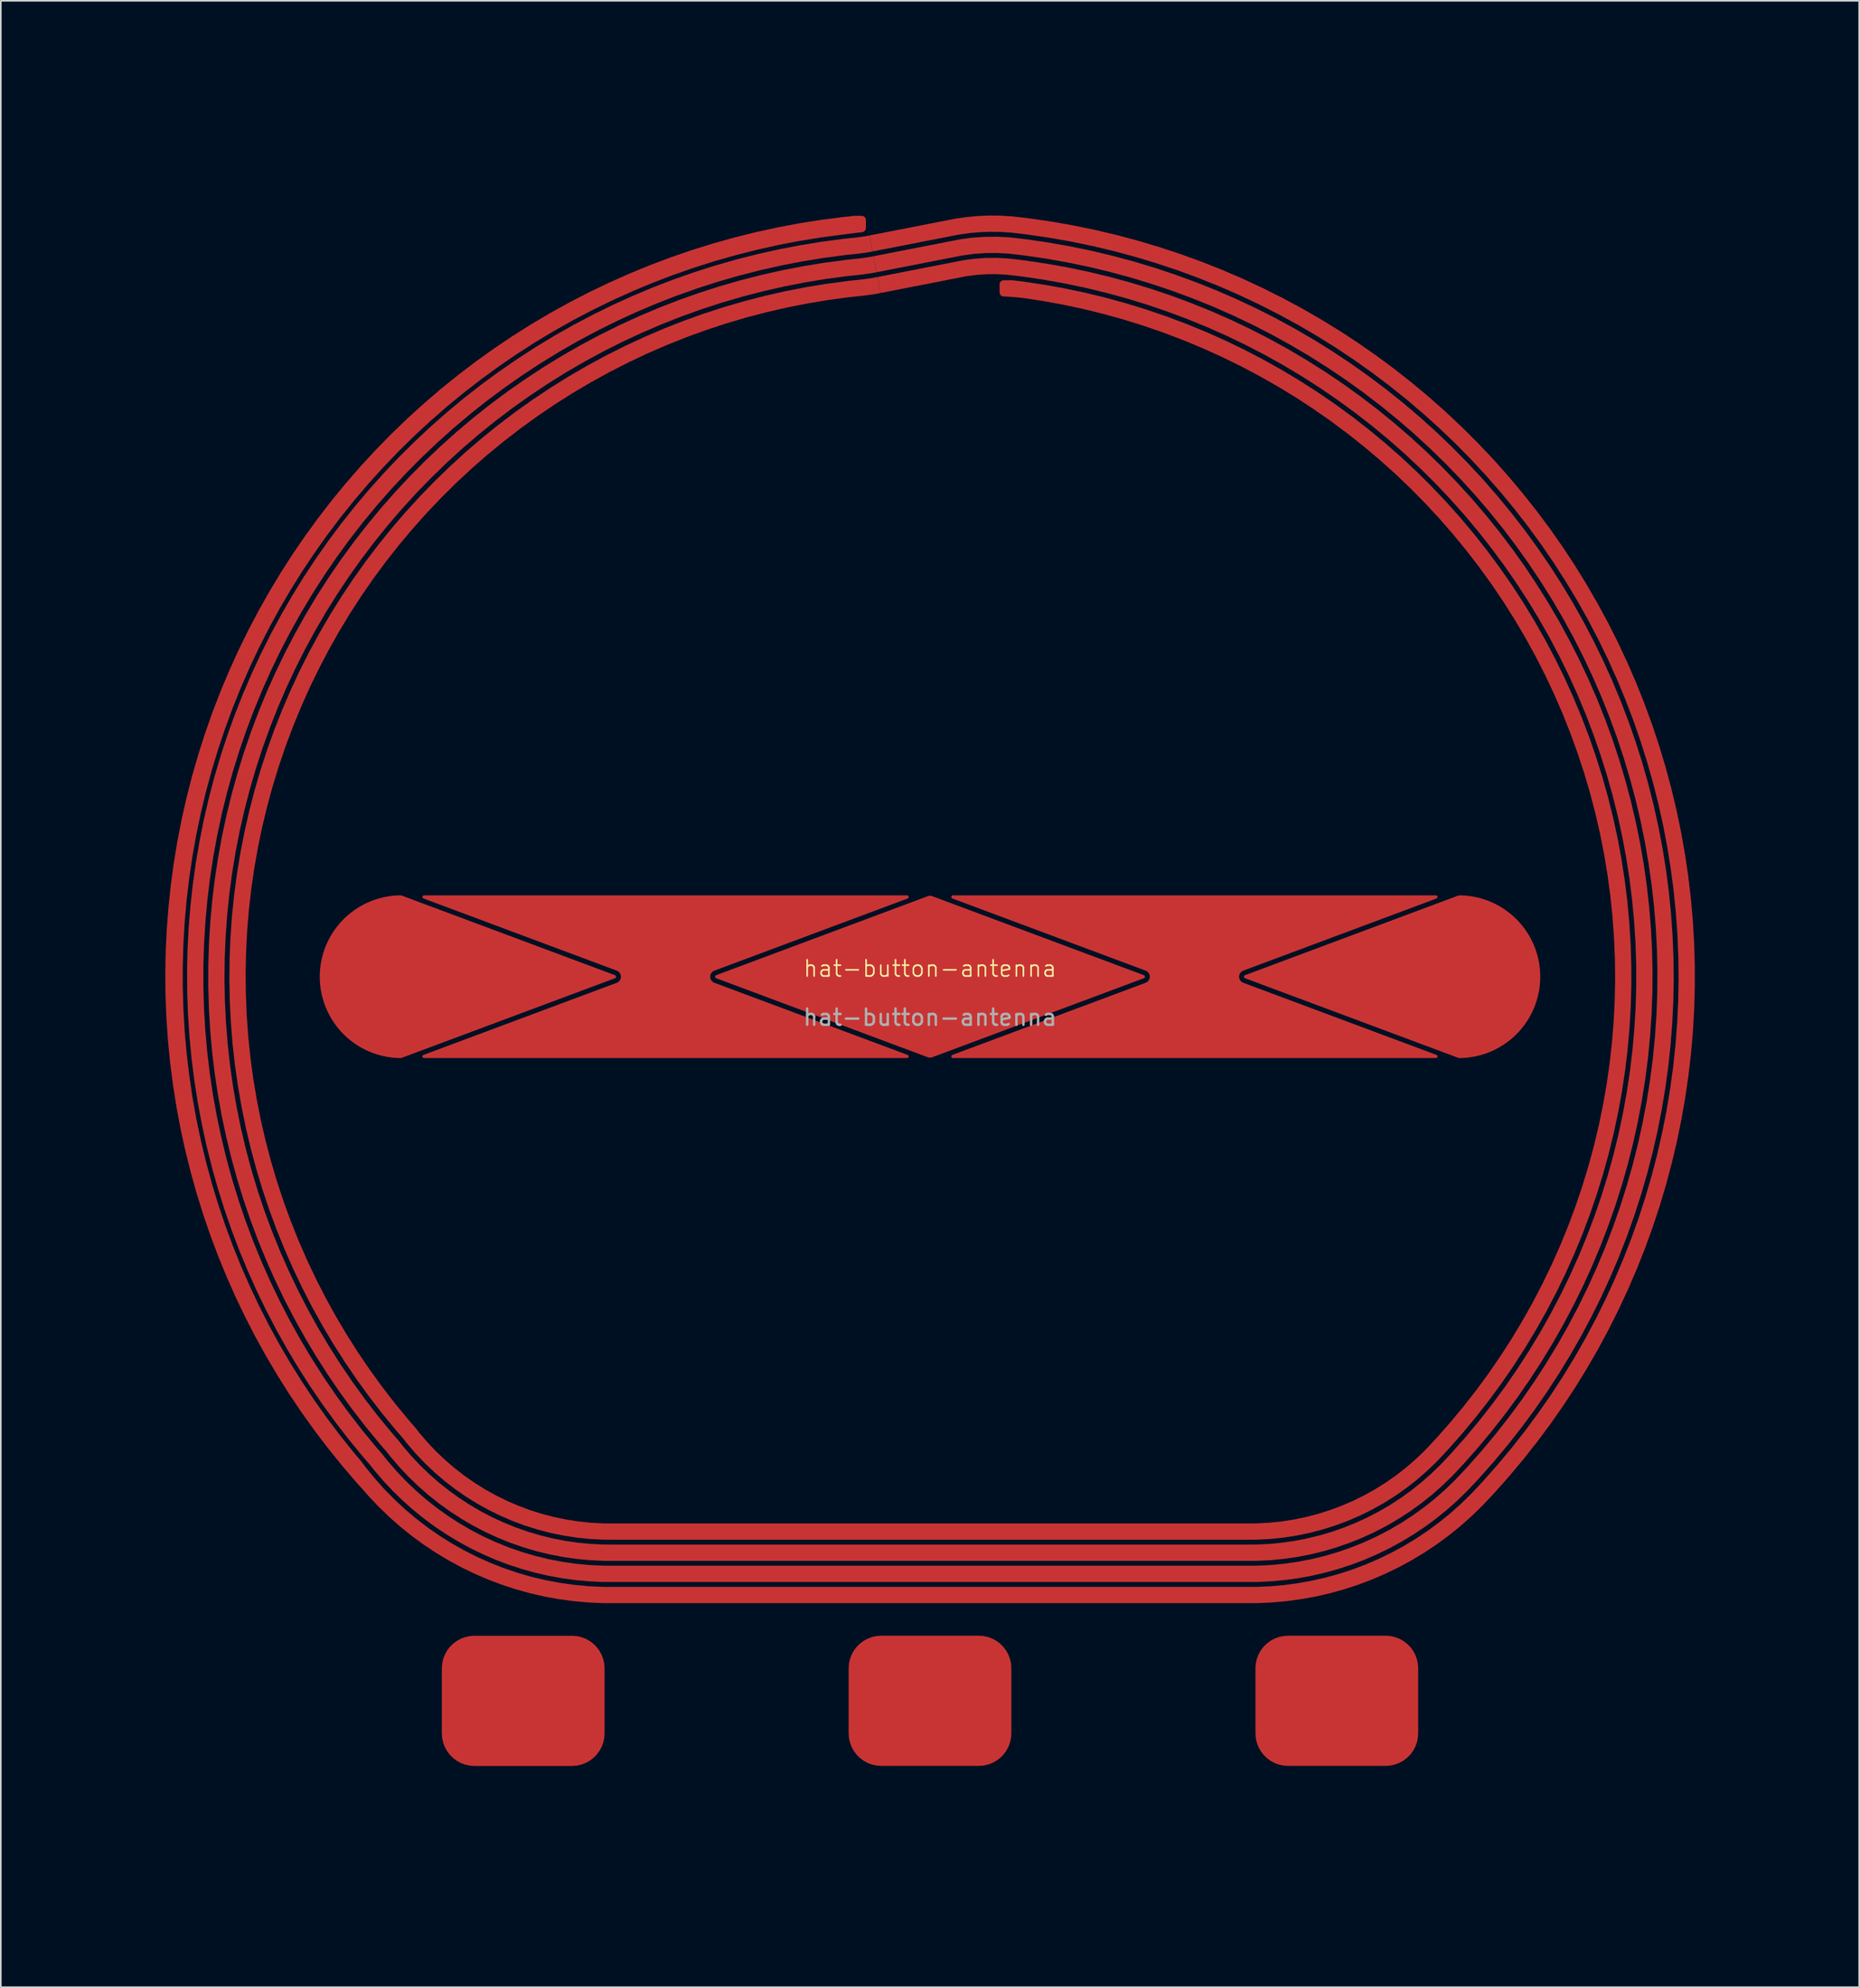
<source format=kicad_pcb>
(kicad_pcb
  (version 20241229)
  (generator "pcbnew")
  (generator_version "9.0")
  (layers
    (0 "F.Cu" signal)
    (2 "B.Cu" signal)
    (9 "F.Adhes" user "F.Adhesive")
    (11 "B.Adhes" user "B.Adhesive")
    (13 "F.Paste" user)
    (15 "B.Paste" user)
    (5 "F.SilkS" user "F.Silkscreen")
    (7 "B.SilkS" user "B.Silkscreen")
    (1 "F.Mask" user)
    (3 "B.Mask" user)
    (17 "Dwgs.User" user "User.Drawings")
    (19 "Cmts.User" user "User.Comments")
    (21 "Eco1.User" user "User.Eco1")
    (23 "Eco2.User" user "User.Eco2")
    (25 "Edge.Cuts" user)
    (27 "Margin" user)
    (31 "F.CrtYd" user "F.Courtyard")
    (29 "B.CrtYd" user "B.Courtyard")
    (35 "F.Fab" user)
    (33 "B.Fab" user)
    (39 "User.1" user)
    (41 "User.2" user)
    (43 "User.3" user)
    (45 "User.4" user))
  (footprint "hat-button-antenna"
    (layer "F.Cu")
    (at 54.1 56.975)
    (property "Reference" "hat-button-antenna" (at 0 -0.5 0) (unlocked yes) (layer "F.SilkS") (effects (font (size 1 1) (thickness 0.1))))
    (attr smd)
    (fp_poly (pts (arc (start 0.139909 4.947765) (mid -0.000001 4.973031) (end -0.13991 4.947765)) (arc (start -13.141358 0.093684) (mid -13.206381 -0.000001) (end -13.141357 -0.093685)) (arc (start -0.139917 -4.947762) (mid 0 -4.973029) (end 0.139917 -4.947762)) (arc (start 13.141359 -0.093684) (mid 13.206382 0) (end 13.141358 0.093684))) (stroke (width 0) (type solid)) (fill yes) (layer "F.Cu"))
    (fp_poly (pts (arc (start -31.123514 4.806316) (mid -31.186944 4.917772) (end -31.088536 5)) (arc (start -1.411463 5) (mid -1.313055 4.917771) (end -1.376486 4.806316)) (arc (start -13.246288 0.374735) (mid -13.506382 0) (end -13.246289 -0.374735)) (xy -1.377 -4.806) (arc (start -1.376524 -4.806316) (mid -1.313092 -4.917771) (end -1.4115 -5)) (arc (start -31.090112 -5) (mid -31.187061 -4.91698) (end -31.123481 -4.806304)) (arc (start -19.253712 -0.374735) (mid -18.993618 0) (end -19.253711 0.374735))) (stroke (width 0) (type solid)) (fill yes) (layer "F.Cu"))
    (fp_poly (pts (arc (start 1.376486 4.806316) (mid 1.313056 4.917772) (end 1.411464 5)) (arc (start 31.088537 5) (mid 31.186945 4.917771) (end 31.123514 4.806316)) (arc (start 19.253712 0.374735) (mid 18.993618 0) (end 19.253711 -0.374735)) (xy 31.123 -4.806) (arc (start 31.123476 -4.806316) (mid 31.186908 -4.917771) (end 31.0885 -5)) (arc (start 1.409888 -5) (mid 1.312939 -4.91698) (end 1.376519 -4.806304)) (arc (start 13.246288 -0.374735) (mid 13.506382 0) (end 13.246289 0.374735))) (stroke (width 0) (type solid)) (fill yes) (layer "F.Cu"))
    (fp_poly (pts (arc (start -32.576931 -4.999408) (mid -37.5 0) (end -32.576931 4.999408)) (arc (start -32.576931 4.999408) (mid -32.502723 4.993624) (end -32.430871 4.974191)) (arc (start -19.358641 0.093684) (mid -19.293618 0) (end -19.358642 -0.093684)) (arc (start -32.432859 -4.974933) (mid -32.503767 -4.993805) (end -32.576931 -4.999408))) (stroke (width 0) (type solid)) (fill yes) (layer "F.Cu"))
    (fp_poly (pts (arc (start 32.576931 4.999408) (mid 32.502723 4.993624) (end 32.430872 4.974191)) (arc (start 19.358641 0.093684) (mid 19.293618 0) (end 19.358642 -0.093684)) (arc (start 32.430915 -4.974207) (mid 32.502745 -4.993631) (end 32.576931 -4.999408)) (arc (start 32.576931 -4.999408) (mid 37.5 0) (end 32.576931 4.999408))) (stroke (width 0) (type solid)) (fill yes) (layer "F.Cu"))
    (fp_poly (pts (xy -4.267 -41.836) (xy -3.956 -41.87) (xy -3.338 -41.961) (xy -3.032 -42.02) (xy -3.224 -43.001) (xy -3.508 -42.947) (xy -4.081 -42.862) (xy -4.368 -42.831) (xy -5.019 -42.762) (xy -6.316 -42.59) (xy -7.607 -42.378) (xy -8.891 -42.128) (xy -10.167 -41.838) (xy -11.434 -41.51) (xy -12.69 -41.143) (xy -13.934 -40.739) (xy -15.165 -40.296) (xy -16.383 -39.817) (xy -17.585 -39.301) (xy -18.771 -38.748) (xy -19.94 -38.16) (xy -21.09 -37.537) (xy -22.221 -36.879) (xy -23.331 -36.186) (xy -24.42 -35.461) (xy -25.486 -34.703) (xy -26.528 -33.912) (xy -27.547 -33.09) (xy -28.539 -32.238) (xy -29.506 -31.356) (xy -30.445 -30.445) (xy -31.356 -29.506) (xy -32.238 -28.54) (xy -33.09 -27.547) (xy -33.912 -26.529) (xy -34.702 -25.486) (xy -35.46 -24.42) (xy -36.186 -23.331) (xy -36.878 -22.221) (xy -37.536 -21.09) (xy -38.16 -19.94) (xy -38.748 -18.771) (xy -39.301 -17.585) (xy -39.817 -16.383) (xy -40.296 -15.166) (xy -40.738 -13.934) (xy -41.143 -12.69) (xy -41.51 -11.434) (xy -41.838 -10.168) (xy -42.127 -8.892) (xy -42.378 -7.608) (xy -42.59 -6.317) (xy -42.762 -5.02) (xy -42.895 -3.718) (xy -42.988 -2.413) (xy -43.041 -1.106) (xy -43.055 0.203) (xy -43.029 1.511) (xy -42.963 2.817) (xy -42.858 4.121) (xy -42.713 5.422) (xy -42.528 6.717) (xy -42.305 8.006) (xy -42.042 9.288) (xy -41.74 10.561) (xy -41.4 11.824) (xy -41.022 13.077) (xy -40.605 14.317) (xy -40.152 15.544) (xy -39.661 16.757) (xy -39.133 17.954) (xy -38.57 19.135) (xy -37.971 20.298) (xy -37.336 21.443) (xy -36.668 22.567) (xy -35.965 23.671) (xy -35.229 24.753) (xy -34.461 25.812) (xy -33.661 26.847) (xy -32.829 27.857) (xy -32.4 28.351) (xy -32.149 28.672) (xy -31.617 29.292) (xy -31.055 29.883) (xy -30.464 30.446) (xy -29.845 30.978) (xy -29.199 31.477) (xy -28.53 31.944) (xy -27.837 32.375) (xy -27.124 32.772) (xy -26.391 33.131) (xy -25.641 33.453) (xy -24.876 33.737) (xy -24.097 33.981) (xy -23.307 34.186) (xy -22.508 34.35) (xy -21.701 34.474) (xy -20.889 34.556) (xy -20.074 34.597) (xy -19.666 34.6) (xy 19.666 34.6) (xy 20.077 34.597) (xy 20.897 34.556) (xy 21.713 34.472) (xy 22.525 34.347) (xy 23.329 34.181) (xy 24.123 33.973) (xy 24.906 33.726) (xy 25.676 33.439) (xy 26.429 33.113) (xy 27.166 32.75) (xy 27.882 32.349) (xy 28.577 31.912) (xy 29.249 31.44) (xy 29.897 30.935) (xy 30.517 30.397) (xy 31.11 29.829) (xy 31.393 29.531) (xy 31.838 29.055) (xy 32.702 28.078) (xy 33.537 27.076) (xy 34.341 26.048) (xy 35.114 24.997) (xy 35.854 23.923) (xy 36.562 22.827) (xy 37.236 21.71) (xy 37.875 20.574) (xy 38.481 19.418) (xy 39.051 18.245) (xy 39.585 17.055) (xy 40.083 15.849) (xy 40.544 14.629) (xy 40.968 13.395) (xy 41.355 12.149) (xy 41.704 10.892) (xy 42.014 9.625) (xy 42.286 8.35) (xy 42.519 7.066) (xy 42.714 5.776) (xy 42.869 4.481) (xy 42.985 3.182) (xy 43.061 1.879) (xy 43.099 0.576) (xy 43.096 -0.729) (xy 43.055 -2.033) (xy 42.973 -3.335) (xy 42.853 -4.634) (xy 42.693 -5.928) (xy 42.494 -7.217) (xy 42.256 -8.5) (xy 41.979 -9.775) (xy 41.664 -11.041) (xy 41.311 -12.296) (xy 40.92 -13.541) (xy 40.492 -14.773) (xy 40.026 -15.992) (xy 39.524 -17.195) (xy 38.985 -18.384) (xy 38.411 -19.555) (xy 37.802 -20.708) (xy 37.158 -21.843) (xy 36.48 -22.957) (xy 35.769 -24.051) (xy 35.024 -25.122) (xy 34.248 -26.17) (xy 33.441 -27.195) (xy 32.602 -28.194) (xy 31.734 -29.168) (xy 30.837 -30.115) (xy 29.912 -31.034) (xy 28.959 -31.925) (xy 27.979 -32.787) (xy 26.974 -33.619) (xy 25.945 -34.419) (xy 24.891 -35.189) (xy 23.815 -35.926) (xy 22.717 -36.63) (xy 21.598 -37.301) (xy 20.459 -37.937) (xy 19.302 -38.539) (xy 18.127 -39.105) (xy 16.935 -39.636) (xy 15.728 -40.13) (xy 14.507 -40.588) (xy 13.272 -41.008) (xy 12.025 -41.391) (xy 10.767 -41.736) (xy 9.499 -42.043) (xy 8.222 -42.311) (xy 6.938 -42.54) (xy 5.648 -42.731) (xy 5.044 -42.8) (xy 4.617 -41.817) (xy 5.64 -41.723) (xy 6.916 -41.531) (xy 8.185 -41.299) (xy 9.447 -41.029) (xy 10.7 -40.72) (xy 11.943 -40.373) (xy 13.174 -39.988) (xy 14.393 -39.566) (xy 15.599 -39.106) (xy 16.79 -38.61) (xy 17.965 -38.077) (xy 19.124 -37.509) (xy 20.264 -36.905) (xy 21.385 -36.267) (xy 22.487 -35.595) (xy 23.567 -34.889) (xy 24.625 -34.15) (xy 25.66 -33.38) (xy 26.67 -32.578) (xy 27.656 -31.745) (xy 28.616 -30.883) (xy 29.549 -29.991) (xy 30.454 -29.072) (xy 31.33 -28.125) (xy 32.178 -27.152) (xy 32.994 -26.153) (xy 33.78 -25.13) (xy 34.535 -24.083) (xy 35.256 -23.013) (xy 35.945 -21.922) (xy 36.6 -20.81) (xy 37.22 -19.679) (xy 37.806 -18.529) (xy 38.356 -17.362) (xy 38.87 -16.179) (xy 39.347 -14.98) (xy 39.788 -13.767) (xy 40.191 -12.542) (xy 40.557 -11.304) (xy 40.884 -10.056) (xy 41.173 -8.799) (xy 41.423 -7.533) (xy 41.634 -6.26) (xy 41.807 -4.981) (xy 41.94 -3.698) (xy 42.033 -2.411) (xy 42.088 -1.122) (xy 42.102 0.168) (xy 42.077 1.458) (xy 42.013 2.747) (xy 41.909 4.033) (xy 41.766 5.315) (xy 41.583 6.593) (xy 41.362 7.864) (xy 41.101 9.128) (xy 40.802 10.383) (xy 40.465 11.628) (xy 40.09 12.863) (xy 39.677 14.085) (xy 39.226 15.294) (xy 38.739 16.489) (xy 38.216 17.668) (xy 37.656 18.831) (xy 37.062 19.976) (xy 36.432 21.102) (xy 35.768 22.209) (xy 35.071 23.294) (xy 34.341 24.358) (xy 33.578 25.399) (xy 32.784 26.416) (xy 31.959 27.408) (xy 31.105 28.375) (xy 30.664 28.846) (xy 30.399 29.125) (xy 29.843 29.658) (xy 29.261 30.163) (xy 28.654 30.637) (xy 28.024 31.079) (xy 27.372 31.489) (xy 26.7 31.865) (xy 26.009 32.206) (xy 25.302 32.511) (xy 24.581 32.78) (xy 23.847 33.012) (xy 23.101 33.207) (xy 22.347 33.363) (xy 21.586 33.48) (xy 20.82 33.558) (xy 20.051 33.598) (xy 19.666 33.6) (xy -19.666 33.6) (xy -20.05 33.598) (xy -20.816 33.559) (xy -21.579 33.481) (xy -22.337 33.364) (xy -23.088 33.21) (xy -23.831 33.017) (xy -24.562 32.787) (xy -25.282 32.52) (xy -25.986 32.216) (xy -26.674 31.878) (xy -27.345 31.505) (xy -27.995 31.098) (xy -28.624 30.659) (xy -29.23 30.188) (xy -29.811 29.688) (xy -30.366 29.158) (xy -30.893 28.601) (xy -31.392 28.018) (xy -31.628 27.716) (xy -32.053 27.226) (xy -32.877 26.226) (xy -33.67 25.2) (xy -34.43 24.15) (xy -35.158 23.077) (xy -35.853 21.983) (xy -36.514 20.867) (xy -37.139 19.732) (xy -37.73 18.578) (xy -38.285 17.406) (xy -38.803 16.218) (xy -39.284 15.014) (xy -39.728 13.796) (xy -40.135 12.565) (xy -40.503 11.322) (xy -40.833 10.068) (xy -41.124 8.805) (xy -41.375 7.533) (xy -41.588 6.254) (xy -41.761 4.969) (xy -41.894 3.68) (xy -41.988 2.387) (xy -42.041 1.092) (xy -42.055 -0.205) (xy -42.029 -1.501) (xy -41.963 -2.796) (xy -41.857 -4.088) (xy -41.711 -5.376) (xy -41.525 -6.659) (xy -41.3 -7.936) (xy -41.036 -9.205) (xy -40.733 -10.465) (xy -40.391 -11.716) (xy -40.011 -12.955) (xy -39.592 -14.182) (xy -39.136 -15.396) (xy -38.643 -16.595) (xy -38.113 -17.778) (xy -37.547 -18.944) (xy -36.945 -20.092) (xy -36.309 -21.222) (xy -35.637 -22.331) (xy -34.932 -23.418) (xy -34.194 -24.484) (xy -33.423 -25.526) (xy -32.62 -26.544) (xy -31.786 -27.537) (xy -30.923 -28.504) (xy -30.029 -29.443) (xy -29.108 -30.355) (xy -28.158 -31.238) (xy -27.182 -32.091) (xy -26.18 -32.913) (xy -25.153 -33.705) (xy -24.102 -34.464) (xy -23.029 -35.19) (xy -21.933 -35.883) (xy -20.817 -36.542) (xy -19.68 -37.167) (xy -18.525 -37.756) (xy -17.353 -38.309) (xy -16.164 -38.825) (xy -14.96 -39.305) (xy -13.741 -39.747) (xy -12.509 -40.152) (xy -11.266 -40.519) (xy -10.012 -40.847) (xy -8.748 -41.136) (xy -7.476 -41.386) (xy -6.197 -41.597) (xy -4.912 -41.768)) (stroke (width 0) (type solid)) (fill yes) (layer "F.Cu"))
    (fp_poly (pts (xy -4.399 -43.129) (xy -4.118 -43.16) (xy -3.559 -43.243) (xy -3.282 -43.295) (xy -3.474 -44.277) (xy -3.729 -44.228) (xy -4.242 -44.152) (xy -4.5 -44.124) (xy -5.161 -44.054) (xy -6.478 -43.88) (xy -7.79 -43.666) (xy -9.095 -43.413) (xy -10.391 -43.121) (xy -11.678 -42.791) (xy -12.955 -42.422) (xy -14.22 -42.015) (xy -15.472 -41.57) (xy -16.71 -41.088) (xy -17.934 -40.569) (xy -19.141 -40.013) (xy -20.331 -39.422) (xy -21.503 -38.795) (xy -22.655 -38.134) (xy -23.787 -37.438) (xy -24.898 -36.708) (xy -25.987 -35.946) (xy -27.052 -35.151) (xy -28.093 -34.325) (xy -29.108 -33.468) (xy -30.098 -32.581) (xy -31.06 -31.665) (xy -31.995 -30.721) (xy -32.901 -29.748) (xy -33.777 -28.749) (xy -34.623 -27.725) (xy -35.438 -26.675) (xy -36.221 -25.601) (xy -36.972 -24.505) (xy -37.69 -23.386) (xy -38.373 -22.247) (xy -39.022 -21.087) (xy -39.637 -19.909) (xy -40.215 -18.713) (xy -40.758 -17.5) (xy -41.264 -16.271) (xy -41.732 -15.027) (xy -42.164 -13.77) (xy -42.557 -12.501) (xy -42.913 -11.221) (xy -43.23 -9.93) (xy -43.508 -8.631) (xy -43.747 -7.324) (xy -43.947 -6.01) (xy -44.107 -4.691) (xy -44.228 -3.367) (xy -44.309 -2.041) (xy -44.35 -0.713) (xy -44.351 0.616) (xy -44.313 1.945) (xy -44.235 3.271) (xy -44.117 4.595) (xy -43.96 5.914) (xy -43.763 7.228) (xy -43.526 8.536) (xy -43.251 9.836) (xy -42.937 11.127) (xy -42.585 12.409) (xy -42.194 13.679) (xy -41.765 14.937) (xy -41.299 16.181) (xy -40.796 17.411) (xy -40.256 18.625) (xy -39.68 19.823) (xy -39.068 21.002) (xy -38.421 22.163) (xy -37.74 23.304) (xy -37.025 24.425) (xy -36.277 25.523) (xy -35.496 26.598) (xy -34.683 27.649) (xy -33.84 28.676) (xy -33.404 29.178) (xy -33.147 29.505) (xy -32.604 30.138) (xy -32.032 30.744) (xy -31.432 31.323) (xy -30.804 31.871) (xy -30.151 32.389) (xy -29.474 32.875) (xy -28.775 33.328) (xy -28.054 33.748) (xy -27.314 34.132) (xy -26.557 34.48) (xy -25.784 34.792) (xy -24.997 35.066) (xy -24.198 35.302) (xy -23.388 35.5) (xy -22.57 35.659) (xy -21.745 35.778) (xy -20.915 35.858) (xy -20.083 35.898) (xy -19.666 35.9) (xy 19.666 35.9) (xy 20.084 35.898) (xy 20.918 35.857) (xy 21.749 35.777) (xy 22.576 35.658) (xy 23.395 35.498) (xy 24.207 35.3) (xy 25.008 35.063) (xy 25.796 34.787) (xy 26.57 34.474) (xy 27.329 34.125) (xy 28.07 33.739) (xy 28.791 33.318) (xy 29.492 32.863) (xy 30.169 32.375) (xy 30.823 31.856) (xy 31.451 31.305) (xy 32.052 30.725) (xy 32.34 30.422) (xy 32.792 29.938) (xy 33.672 28.945) (xy 34.521 27.927) (xy 35.339 26.883) (xy 36.127 25.816) (xy 36.881 24.725) (xy 37.603 23.613) (xy 38.292 22.48) (xy 38.946 21.326) (xy 39.565 20.153) (xy 40.15 18.963) (xy 40.698 17.756) (xy 41.21 16.532) (xy 41.685 15.294) (xy 42.123 14.043) (xy 42.524 12.778) (xy 42.887 11.503) (xy 43.211 10.217) (xy 43.497 8.922) (xy 43.744 7.619) (xy 43.952 6.309) (xy 44.121 4.994) (xy 44.25 3.674) (xy 44.34 2.351) (xy 44.391 1.026) (xy 44.401 -0.3) (xy 44.373 -1.626) (xy 44.304 -2.95) (xy 44.196 -4.272) (xy 44.049 -5.59) (xy 43.863 -6.903) (xy 43.637 -8.21) (xy 43.372 -9.509) (xy 43.069 -10.8) (xy 42.727 -12.082) (xy 42.347 -13.352) (xy 41.93 -14.611) (xy 41.475 -15.857) (xy 40.983 -17.088) (xy 40.454 -18.304) (xy 39.889 -19.504) (xy 39.289 -20.687) (xy 38.654 -21.851) (xy 37.984 -22.995) (xy 37.28 -24.119) (xy 36.544 -25.222) (xy 35.774 -26.302) (xy 34.973 -27.359) (xy 34.14 -28.391) (xy 33.277 -29.398) (xy 32.384 -30.378) (xy 31.463 -31.332) (xy 30.513 -32.257) (xy 29.536 -33.154) (xy 28.533 -34.021) (xy 27.504 -34.858) (xy 26.451 -35.664) (xy 25.374 -36.438) (xy 24.275 -37.18) (xy 23.153 -37.888) (xy 22.012 -38.563) (xy 20.85 -39.203) (xy 19.67 -39.808) (xy 18.473 -40.378) (xy 17.259 -40.911) (xy 16.029 -41.408) (xy 14.785 -41.869) (xy 13.529 -42.291) (xy 12.26 -42.677) (xy 10.98 -43.024) (xy 9.69 -43.332) (xy 8.392 -43.602) (xy 7.086 -43.833) (xy 5.774 -44.026) (xy 5.115 -44.104) (xy 4.777 -44.141) (xy 4.098 -44.177) (xy 3.419 -44.172) (xy 2.741 -44.124) (xy 2.067 -44.035) (xy -3.224 -43.001) (xy -3.032 -42.02) (xy 2.229 -43.048) (xy 2.841 -43.129) (xy 3.458 -43.172) (xy 4.076 -43.177) (xy 4.693 -43.144) (xy 5 -43.111) (xy 5.652 -43.033) (xy 6.952 -42.842) (xy 8.246 -42.612) (xy 9.532 -42.343) (xy 10.81 -42.035) (xy 12.077 -41.688) (xy 13.334 -41.304) (xy 14.578 -40.881) (xy 15.809 -40.421) (xy 17.025 -39.924) (xy 18.226 -39.39) (xy 19.41 -38.82) (xy 20.576 -38.215) (xy 21.724 -37.575) (xy 22.851 -36.9) (xy 23.958 -36.191) (xy 25.042 -35.449) (xy 26.104 -34.675) (xy 27.142 -33.869) (xy 28.155 -33.032) (xy 29.142 -32.164) (xy 30.102 -31.267) (xy 31.035 -30.342) (xy 31.939 -29.388) (xy 32.814 -28.408) (xy 33.659 -27.402) (xy 34.473 -26.37) (xy 35.255 -25.315) (xy 36.006 -24.236) (xy 36.723 -23.135) (xy 37.406 -22.012) (xy 38.056 -20.87) (xy 38.67 -19.708) (xy 39.249 -18.529) (xy 39.792 -17.332) (xy 40.298 -16.12) (xy 40.768 -14.892) (xy 41.2 -13.651) (xy 41.594 -12.398) (xy 41.95 -11.133) (xy 42.268 -9.858) (xy 42.547 -8.574) (xy 42.787 -7.282) (xy 42.988 -5.984) (xy 43.15 -4.679) (xy 43.271 -3.371) (xy 43.354 -2.06) (xy 43.396 -0.746) (xy 43.399 0.568) (xy 43.362 1.881) (xy 43.285 3.193) (xy 43.168 4.502) (xy 43.012 5.807) (xy 42.817 7.106) (xy 42.582 8.399) (xy 42.308 9.684) (xy 41.996 10.96) (xy 41.645 12.227) (xy 41.256 13.482) (xy 40.829 14.724) (xy 40.364 15.954) (xy 39.863 17.168) (xy 39.325 18.367) (xy 38.751 19.549) (xy 38.141 20.713) (xy 37.497 21.858) (xy 36.818 22.983) (xy 36.105 24.087) (xy 35.359 25.169) (xy 34.581 26.228) (xy 33.771 27.263) (xy 32.931 28.273) (xy 32.06 29.257) (xy 31.611 29.737) (xy 31.34 30.022) (xy 30.774 30.569) (xy 30.182 31.088) (xy 29.566 31.578) (xy 28.927 32.038) (xy 28.267 32.467) (xy 27.587 32.863) (xy 26.888 33.227) (xy 26.174 33.556) (xy 25.444 33.851) (xy 24.701 34.111) (xy 23.946 34.334) (xy 23.181 34.521) (xy 22.408 34.672) (xy 21.629 34.784) (xy 20.846 34.86) (xy 20.06 34.898) (xy 19.666 34.9) (xy -19.666 34.9) (xy -20.06 34.898) (xy -20.846 34.86) (xy -21.629 34.785) (xy -22.408 34.672) (xy -23.181 34.521) (xy -23.945 34.334) (xy -24.7 34.111) (xy -25.443 33.851) (xy -26.173 33.557) (xy -26.888 33.227) (xy -27.586 32.864) (xy -28.266 32.467) (xy -28.926 32.039) (xy -29.565 31.579) (xy -30.181 31.089) (xy -30.773 30.57) (xy -31.339 30.023) (xy -31.878 29.45) (xy -32.389 28.852) (xy -32.632 28.542) (xy -33.064 28.044) (xy -33.901 27.027) (xy -34.706 25.985) (xy -35.48 24.918) (xy -36.22 23.829) (xy -36.927 22.717) (xy -37.601 21.585) (xy -38.239 20.433) (xy -38.842 19.261) (xy -39.409 18.072) (xy -39.94 16.867) (xy -40.434 15.646) (xy -40.891 14.41) (xy -41.31 13.161) (xy -41.691 11.9) (xy -42.033 10.628) (xy -42.336 9.346) (xy -42.601 8.055) (xy -42.826 6.757) (xy -43.011 5.453) (xy -43.157 4.144) (xy -43.263 2.831) (xy -43.329 1.515) (xy -43.355 0.198) (xy -43.341 -1.119) (xy -43.287 -2.436) (xy -43.193 -3.75) (xy -43.059 -5.06) (xy -42.886 -6.366) (xy -42.673 -7.666) (xy -42.42 -8.959) (xy -42.128 -10.244) (xy -41.797 -11.519) (xy -41.428 -12.783) (xy -41.021 -14.036) (xy -40.575 -15.276) (xy -40.093 -16.502) (xy -39.573 -17.712) (xy -39.016 -18.906) (xy -38.424 -20.083) (xy -37.796 -21.241) (xy -37.133 -22.379) (xy -36.436 -23.497) (xy -35.706 -24.593) (xy -34.942 -25.667) (xy -34.146 -26.716) (xy -33.319 -27.741) (xy -32.46 -28.741) (xy -31.572 -29.714) (xy -30.655 -30.659) (xy -29.709 -31.576) (xy -28.736 -32.465) (xy -27.737 -33.323) (xy -26.711 -34.15) (xy -25.662 -34.946) (xy -24.588 -35.709) (xy -23.492 -36.44) (xy -22.374 -37.137) (xy -21.235 -37.799) (xy -20.077 -38.427) (xy -18.9 -39.019) (xy -17.706 -39.575) (xy -16.496 -40.095) (xy -15.27 -40.578) (xy -14.03 -41.023) (xy -12.777 -41.43) (xy -11.513 -41.799) (xy -10.237 -42.13) (xy -8.953 -42.421) (xy -7.66 -42.674) (xy -6.36 -42.887) (xy -5.054 -43.06)) (stroke (width 0) (type solid)) (fill yes) (layer "F.Cu"))
    (fp_poly (pts (xy 19.666 36.2) (xy 20.091 36.198) (xy 20.939 36.157) (xy 21.785 36.075) (xy 22.626 35.953) (xy 23.46 35.791) (xy 24.285 35.589) (xy 25.1 35.348) (xy 25.902 35.068) (xy 26.689 34.75) (xy 27.461 34.394) (xy 28.215 34.002) (xy 28.948 33.574) (xy 29.661 33.111) (xy 30.35 32.615) (xy 31.015 32.086) (xy 31.654 31.526) (xy 32.265 30.935) (xy 32.558 30.628) (xy 33.014 30.14) (xy 33.899 29.141) (xy 34.754 28.115) (xy 35.578 27.065) (xy 36.371 25.99) (xy 37.131 24.893) (xy 37.857 23.773) (xy 38.55 22.631) (xy 39.209 21.47) (xy 39.833 20.29) (xy 40.421 19.091) (xy 40.973 17.875) (xy 41.488 16.644) (xy 41.967 15.398) (xy 42.408 14.137) (xy 42.811 12.865) (xy 43.176 11.58) (xy 43.503 10.286) (xy 43.791 8.982) (xy 44.04 7.67) (xy 44.249 6.352) (xy 44.419 5.028) (xy 44.549 3.699) (xy 44.64 2.367) (xy 44.691 1.033) (xy 44.701 -0.302) (xy 44.673 -1.637) (xy 44.604 -2.97) (xy 44.495 -4.301) (xy 44.347 -5.628) (xy 44.159 -6.95) (xy 43.932 -8.265) (xy 43.665 -9.574) (xy 43.36 -10.873) (xy 43.016 -12.163) (xy 42.633 -13.442) (xy 42.213 -14.71) (xy 41.755 -15.964) (xy 41.26 -17.203) (xy 40.727 -18.428) (xy 40.159 -19.636) (xy 39.555 -20.826) (xy 38.915 -21.998) (xy 38.241 -23.151) (xy 37.532 -24.282) (xy 36.791 -25.392) (xy 36.016 -26.48) (xy 35.209 -27.543) (xy 34.371 -28.583) (xy 33.502 -29.596) (xy 32.603 -30.584) (xy 31.675 -31.544) (xy 30.719 -32.475) (xy 29.736 -33.378) (xy 28.726 -34.251) (xy 27.69 -35.094) (xy 26.63 -35.905) (xy 25.545 -36.684) (xy 24.439 -37.431) (xy 23.31 -38.144) (xy 22.16 -38.823) (xy 20.991 -39.468) (xy 19.803 -40.077) (xy 18.597 -40.65) (xy 17.375 -41.188) (xy 16.137 -41.688) (xy 14.885 -42.151) (xy 13.62 -42.577) (xy 12.342 -42.965) (xy 11.054 -43.314) (xy 9.755 -43.625) (xy 8.448 -43.897) (xy 7.134 -44.13) (xy 5.813 -44.323) (xy 5.15 -44.402) (xy 4.803 -44.44) (xy 4.105 -44.477) (xy 3.407 -44.472) (xy 2.71 -44.423) (xy 2.018 -44.331) (xy -3.282 -43.295) (xy -3.474 -44.277) (xy 1.856 -45.318) (xy 2.61 -45.418) (xy 3.368 -45.471) (xy 4.128 -45.477) (xy 4.887 -45.437) (xy 5.265 -45.396) (xy 5.934 -45.316) (xy 7.266 -45.121) (xy 8.593 -44.887) (xy 9.911 -44.615) (xy 11.222 -44.303) (xy 12.522 -43.954) (xy 13.812 -43.565) (xy 15.09 -43.14) (xy 16.354 -42.676) (xy 17.604 -42.176) (xy 18.84 -41.639) (xy 20.058 -41.066) (xy 21.26 -40.457) (xy 22.442 -39.813) (xy 23.606 -39.134) (xy 24.749 -38.422) (xy 25.87 -37.676) (xy 26.969 -36.897) (xy 28.044 -36.087) (xy 29.095 -35.245) (xy 30.121 -34.372) (xy 31.121 -33.47) (xy 32.094 -32.538) (xy 33.038 -31.578) (xy 33.954 -30.591) (xy 34.841 -29.577) (xy 35.697 -28.538) (xy 36.523 -27.474) (xy 37.316 -26.386) (xy 38.078 -25.275) (xy 38.806 -24.142) (xy 39.5 -22.988) (xy 40.161 -21.814) (xy 40.786 -20.621) (xy 41.376 -19.41) (xy 41.93 -18.183) (xy 42.447 -16.94) (xy 42.928 -15.681) (xy 43.371 -14.41) (xy 43.777 -13.126) (xy 44.145 -11.83) (xy 44.474 -10.524) (xy 44.765 -9.209) (xy 45.017 -7.886) (xy 45.23 -6.556) (xy 45.403 -5.221) (xy 45.537 -3.881) (xy 45.632 -2.537) (xy 45.687 -1.192) (xy 45.702 0.155) (xy 45.678 1.502) (xy 45.614 2.847) (xy 45.51 4.19) (xy 45.367 5.529) (xy 45.184 6.863) (xy 44.962 8.191) (xy 44.702 9.513) (xy 44.402 10.826) (xy 44.064 12.129) (xy 43.687 13.422) (xy 43.273 14.704) (xy 42.821 15.972) (xy 42.331 17.227) (xy 41.805 18.467) (xy 41.243 19.691) (xy 40.645 20.897) (xy 40.012 22.086) (xy 39.343 23.255) (xy 38.641 24.404) (xy 37.905 25.532) (xy 37.137 26.638) (xy 36.336 27.721) (xy 35.503 28.779) (xy 34.64 29.813) (xy 33.746 30.821) (xy 33.286 31.313) (xy 32.994 31.62) (xy 32.386 32.211) (xy 31.752 32.773) (xy 31.093 33.306) (xy 30.41 33.808) (xy 29.705 34.28) (xy 28.98 34.718) (xy 28.235 35.124) (xy 27.473 35.495) (xy 26.695 35.831) (xy 25.903 36.132) (xy 25.097 36.396) (xy 24.281 36.624) (xy 23.455 36.815) (xy 22.621 36.968) (xy 21.781 37.082) (xy 20.937 37.159) (xy 20.09 37.198) (xy 19.666 37.2) (xy -19.666 37.2) (xy -20.091 37.198) (xy -20.939 37.159) (xy -21.784 37.082) (xy -22.626 36.967) (xy -23.461 36.813) (xy -24.288 36.622) (xy -25.106 36.394) (xy -25.912 36.129) (xy -26.706 35.827) (xy -27.485 35.489) (xy -28.248 35.117) (xy -28.994 34.71) (xy -29.72 34.27) (xy -30.425 33.798) (xy -31.108 33.294) (xy -31.768 32.759) (xy -32.403 32.195) (xy -33.011 31.603) (xy -33.592 30.984) (xy -34.145 30.339) (xy -34.408 30.005) (xy -34.849 29.495) (xy -35.705 28.453) (xy -36.53 27.386) (xy -37.323 26.295) (xy -38.084 25.181) (xy -38.811 24.045) (xy -39.504 22.888) (xy -40.163 21.711) (xy -40.787 20.515) (xy -41.375 19.301) (xy -41.927 18.071) (xy -42.443 16.824) (xy -42.921 15.563) (xy -43.362 14.288) (xy -43.765 13.001) (xy -44.13 11.703) (xy -44.457 10.394) (xy -44.744 9.076) (xy -44.993 7.75) (xy -45.202 6.418) (xy -45.372 5.08) (xy -45.502 3.737) (xy -45.593 2.391) (xy -45.644 1.043) (xy -45.655 -0.305) (xy -45.626 -1.654) (xy -45.557 -3.001) (xy -45.448 -4.345) (xy -45.3 -5.686) (xy -45.112 -7.022) (xy -44.885 -8.351) (xy -44.619 -9.674) (xy -44.314 -10.987) (xy -43.97 -12.292) (xy -43.588 -13.585) (xy -43.167 -14.867) (xy -42.709 -16.136) (xy -42.214 -17.39) (xy -41.682 -18.63) (xy -41.113 -19.853) (xy -40.509 -21.059) (xy -39.869 -22.246) (xy -39.195 -23.414) (xy -38.486 -24.562) (xy -37.743 -25.688) (xy -36.968 -26.792) (xy -36.161 -27.872) (xy -35.321 -28.928) (xy -34.451 -29.959) (xy -33.551 -30.964) (xy -32.622 -31.941) (xy -31.664 -32.891) (xy -30.679 -33.812) (xy -29.667 -34.703) (xy -28.629 -35.565) (xy -27.565 -36.395) (xy -26.478 -37.193) (xy -25.368 -37.959) (xy -24.236 -38.692) (xy -23.082 -39.391) (xy -21.908 -40.056) (xy -20.715 -40.685) (xy -19.505 -41.28) (xy -18.277 -41.838) (xy -17.033 -42.359) (xy -15.774 -42.844) (xy -14.501 -43.291) (xy -13.216 -43.701) (xy -11.92 -44.072) (xy -10.612 -44.405) (xy -9.296 -44.699) (xy -7.972 -44.954) (xy -6.64 -45.17) (xy -5.303 -45.347) (xy -4.632 -45.417) (xy -4.404 -45.442) (xy -3.949 -45.51) (xy -3.724 -45.553) (xy -3.532 -44.571) (xy -3.78 -44.524) (xy -4.28 -44.45) (xy -4.531 -44.423) (xy -5.196 -44.352) (xy -6.522 -44.177) (xy -7.842 -43.962) (xy -9.156 -43.707) (xy -10.461 -43.413) (xy -11.756 -43.08) (xy -13.042 -42.709) (xy -14.315 -42.299) (xy -15.576 -41.851) (xy -16.822 -41.366) (xy -18.054 -40.843) (xy -19.269 -40.284) (xy -20.467 -39.689) (xy -21.647 -39.058) (xy -22.807 -38.392) (xy -23.947 -37.692) (xy -25.065 -36.958) (xy -26.161 -36.19) (xy -27.233 -35.391) (xy -28.281 -34.559) (xy -29.303 -33.696) (xy -30.299 -32.804) (xy -31.268 -31.881) (xy -32.209 -30.93) (xy -33.121 -29.952) (xy -34.004 -28.946) (xy -34.855 -27.915) (xy -35.676 -26.858) (xy -36.464 -25.777) (xy -37.22 -24.674) (xy -37.943 -23.548) (xy -38.631 -22.401) (xy -39.284 -21.233) (xy -39.903 -20.047) (xy -40.485 -18.843) (xy -41.032 -17.622) (xy -41.541 -16.385) (xy -42.013 -15.133) (xy -42.448 -13.868) (xy -42.844 -12.59) (xy -43.202 -11.301) (xy -43.521 -10.002) (xy -43.801 -8.694) (xy -44.042 -7.378) (xy -44.243 -6.056) (xy -44.405 -4.728) (xy -44.526 -3.395) (xy -44.608 -2.06) (xy -44.65 -0.723) (xy -44.651 0.615) (xy -44.613 1.952) (xy -44.534 3.287) (xy -44.416 4.62) (xy -44.258 5.948) (xy -44.06 7.271) (xy -43.822 8.588) (xy -43.545 9.896) (xy -43.229 11.196) (xy -42.875 12.486) (xy -42.481 13.765) (xy -42.05 15.031) (xy -41.581 16.284) (xy -41.074 17.522) (xy -40.531 18.744) (xy -39.951 19.95) (xy -39.336 21.138) (xy -38.685 22.307) (xy -38 23.455) (xy -37.28 24.583) (xy -36.527 25.689) (xy -35.741 26.771) (xy -34.923 27.83) (xy -34.074 28.863) (xy -33.636 29.369) (xy -33.374 29.702) (xy -32.822 30.345) (xy -32.24 30.961) (xy -31.629 31.548) (xy -30.991 32.106) (xy -30.327 32.632) (xy -29.639 33.126) (xy -28.927 33.587) (xy -28.195 34.013) (xy -27.442 34.403) (xy -26.672 34.757) (xy -25.886 35.074) (xy -25.086 35.352) (xy -24.273 35.592) (xy -23.45 35.793) (xy -22.618 35.955) (xy -21.78 36.076) (xy -20.936 36.157) (xy -20.09 36.197) (xy -19.666 36.2) (xy 19.666 36.2)) (stroke (width 0) (type solid)) (fill yes) (layer "F.Cu"))
    (fp_poly (pts (xy 19.666 37.5) (xy 20.097 37.498) (xy 20.957 37.459) (xy 21.815 37.381) (xy 22.668 37.264) (xy 23.515 37.108) (xy 24.355 36.915) (xy 25.184 36.684) (xy 26.003 36.415) (xy 26.808 36.109) (xy 27.598 35.768) (xy 28.373 35.39) (xy 29.129 34.978) (xy 29.866 34.533) (xy 30.582 34.054) (xy 31.276 33.543) (xy 31.946 33.002) (xy 32.59 32.431) (xy 33.208 31.831) (xy 33.505 31.519) (xy 33.968 31.023) (xy 34.867 30.009) (xy 35.736 28.968) (xy 36.574 27.903) (xy 37.38 26.813) (xy 38.154 25.7) (xy 38.895 24.565) (xy 39.602 23.408) (xy 40.274 22.231) (xy 40.912 21.035) (xy 41.514 19.82) (xy 42.08 18.588) (xy 42.609 17.34) (xy 43.102 16.077) (xy 43.557 14.8) (xy 43.974 13.51) (xy 44.353 12.209) (xy 44.693 10.897) (xy 44.995 9.575) (xy 45.258 8.245) (xy 45.481 6.908) (xy 45.665 5.565) (xy 45.809 4.217) (xy 45.913 2.866) (xy 45.978 1.511) (xy 46.002 0.156) (xy 45.987 -1.199) (xy 45.932 -2.554) (xy 45.836 -3.906) (xy 45.701 -5.255) (xy 45.527 -6.599) (xy 45.312 -7.938) (xy 45.059 -9.27) (xy 44.766 -10.593) (xy 44.435 -11.908) (xy 44.064 -13.212) (xy 43.656 -14.504) (xy 43.21 -15.784) (xy 42.726 -17.051) (xy 42.205 -18.302) (xy 41.647 -19.538) (xy 41.054 -20.757) (xy 40.424 -21.957) (xy 39.76 -23.139) (xy 39.061 -24.3) (xy 38.328 -25.441) (xy 37.561 -26.559) (xy 36.763 -27.654) (xy 35.932 -28.725) (xy 35.07 -29.771) (xy 34.177 -30.792) (xy 33.255 -31.786) (xy 32.304 -32.752) (xy 31.325 -33.689) (xy 30.319 -34.598) (xy 29.286 -35.476) (xy 28.228 -36.323) (xy 27.146 -37.139) (xy 26.04 -37.923) (xy 24.911 -38.674) (xy 23.761 -39.391) (xy 22.59 -40.074) (xy 21.399 -40.722) (xy 20.19 -41.335) (xy 18.963 -41.912) (xy 17.72 -42.453) (xy 16.461 -42.956) (xy 15.189 -43.423) (xy 13.903 -43.851) (xy 12.604 -44.242) (xy 11.295 -44.594) (xy 9.977 -44.908) (xy 8.649 -45.182) (xy 7.314 -45.417) (xy 5.973 -45.613) (xy 5.3 -45.694) (xy 4.977 -45.729) (xy 4.329 -45.771) (xy 3.681 -45.779) (xy 3.032 -45.753) (xy 2.386 -45.695) (xy 1.744 -45.603) (xy -3.532 -44.571) (xy -3.724 -45.553) (xy 1.577 -46.589) (xy 2.27 -46.688) (xy 2.968 -46.751) (xy 3.667 -46.779) (xy 4.368 -46.77) (xy 5.067 -46.725) (xy 5.415 -46.687) (xy 6.093 -46.606) (xy 7.446 -46.409) (xy 8.792 -46.173) (xy 10.131 -45.898) (xy 11.461 -45.584) (xy 12.782 -45.231) (xy 14.092 -44.84) (xy 15.39 -44.412) (xy 16.675 -43.945) (xy 17.945 -43.442) (xy 19.201 -42.902) (xy 20.44 -42.325) (xy 21.662 -41.713) (xy 22.866 -41.066) (xy 24.05 -40.383) (xy 25.215 -39.667) (xy 26.357 -38.917) (xy 27.478 -38.134) (xy 28.575 -37.319) (xy 29.648 -36.472) (xy 30.696 -35.595) (xy 31.718 -34.687) (xy 32.713 -33.75) (xy 33.681 -32.785) (xy 34.62 -31.792) (xy 35.53 -30.771) (xy 36.409 -29.725) (xy 37.258 -28.654) (xy 38.076 -27.559) (xy 38.861 -26.44) (xy 39.613 -25.299) (xy 40.332 -24.136) (xy 41.017 -22.953) (xy 41.667 -21.751) (xy 42.282 -20.53) (xy 42.861 -19.292) (xy 43.404 -18.037) (xy 43.91 -16.768) (xy 44.379 -15.484) (xy 44.81 -14.187) (xy 45.204 -12.878) (xy 45.559 -11.558) (xy 45.876 -10.228) (xy 46.154 -8.89) (xy 46.393 -7.544) (xy 46.593 -6.192) (xy 46.753 -4.835) (xy 46.874 -3.473) (xy 46.955 -2.109) (xy 46.997 -0.743) (xy 46.998 0.624) (xy 46.96 1.991) (xy 46.883 3.355) (xy 46.765 4.717) (xy 46.608 6.075) (xy 46.412 7.427) (xy 46.176 8.774) (xy 45.902 10.113) (xy 45.588 11.443) (xy 45.236 12.764) (xy 44.846 14.074) (xy 44.418 15.372) (xy 43.952 16.657) (xy 43.449 17.928) (xy 42.909 19.184) (xy 42.333 20.423) (xy 41.722 21.646) (xy 41.075 22.85) (xy 40.393 24.034) (xy 39.677 25.199) (xy 38.927 26.342) (xy 38.145 27.463) (xy 37.33 28.56) (xy 36.484 29.634) (xy 35.607 30.682) (xy 34.7 31.704) (xy 34.233 32.204) (xy 33.921 32.532) (xy 33.27 33.164) (xy 32.592 33.765) (xy 31.887 34.335) (xy 31.157 34.873) (xy 30.403 35.377) (xy 29.627 35.846) (xy 28.831 36.279) (xy 28.016 36.676) (xy 27.184 37.036) (xy 26.336 37.358) (xy 25.475 37.641) (xy 24.601 37.884) (xy 23.718 38.088) (xy 22.826 38.251) (xy 21.928 38.374) (xy 21.025 38.456) (xy 20.119 38.497) (xy 19.666 38.5) (xy -19.666 38.5) (xy -20.118 38.497) (xy -21.02 38.457) (xy -21.919 38.375) (xy -22.814 38.253) (xy -23.703 38.091) (xy -24.583 37.889) (xy -25.453 37.647) (xy -26.312 37.366) (xy -27.157 37.047) (xy -27.986 36.69) (xy -28.799 36.296) (xy -29.593 35.865) (xy -30.367 35.4) (xy -31.119 34.899) (xy -31.847 34.366) (xy -32.551 33.8) (xy -33.229 33.202) (xy -33.878 32.575) (xy -34.499 31.919) (xy -34.797 31.579) (xy -35.254 31.072) (xy -36.142 30.034) (xy -36.999 28.971) (xy -37.826 27.884) (xy -38.62 26.773) (xy -39.382 25.639) (xy -40.11 24.483) (xy -40.805 23.307) (xy -41.465 22.112) (xy -42.09 20.897) (xy -42.68 19.665) (xy -43.233 18.417) (xy -43.75 17.152) (xy -44.23 15.874) (xy -44.673 14.582) (xy -45.078 13.277) (xy -45.444 11.961) (xy -45.773 10.636) (xy -46.063 9.301) (xy -46.314 7.958) (xy -46.525 6.609) (xy -46.698 5.254) (xy -46.831 3.895) (xy -46.924 2.532) (xy -46.978 1.167) (xy -46.992 -0.198) (xy -46.966 -1.564) (xy -46.901 -2.928) (xy -46.796 -4.29) (xy -46.652 -5.648) (xy -46.468 -7.002) (xy -46.245 -8.349) (xy -45.983 -9.69) (xy -45.682 -11.022) (xy -45.342 -12.345) (xy -44.964 -13.657) (xy -44.548 -14.958) (xy -44.095 -16.247) (xy -43.604 -17.521) (xy -43.076 -18.781) (xy -42.512 -20.025) (xy -41.912 -21.252) (xy -41.277 -22.461) (xy -40.607 -23.651) (xy -39.902 -24.821) (xy -39.164 -25.97) (xy -38.393 -27.098) (xy -37.589 -28.202) (xy -36.754 -29.282) (xy -35.887 -30.338) (xy -34.99 -31.368) (xy -34.064 -32.372) (xy -33.109 -33.348) (xy -32.125 -34.296) (xy -31.115 -35.215) (xy -30.079 -36.105) (xy -29.017 -36.964) (xy -27.93 -37.791) (xy -26.82 -38.587) (xy -25.687 -39.35) (xy -24.533 -40.08) (xy -23.358 -40.776) (xy -22.163 -41.438) (xy -20.949 -42.064) (xy -19.718 -42.655) (xy -18.47 -43.21) (xy -17.206 -43.729) (xy -15.928 -44.211) (xy -14.636 -44.655) (xy -13.333 -45.061) (xy -12.017 -45.43) (xy -10.692 -45.76) (xy -9.358 -46.051) (xy -8.015 -46.304) (xy -6.666 -46.517) (xy -5.312 -46.691) (xy -4.749 -46.746) (xy -4.122 -45.766) (xy -5.304 -45.616) (xy -6.642 -45.44) (xy -7.975 -45.226) (xy -9.301 -44.972) (xy -10.618 -44.679) (xy -11.927 -44.347) (xy -13.225 -43.978) (xy -14.512 -43.57) (xy -15.787 -43.125) (xy -17.047 -42.642) (xy -18.293 -42.122) (xy -19.524 -41.567) (xy -20.737 -40.975) (xy -21.932 -40.347) (xy -23.109 -39.685) (xy -24.265 -38.989) (xy -25.401 -38.259) (xy -26.514 -37.496) (xy -27.605 -36.7) (xy -28.672 -35.873) (xy -29.714 -35.015) (xy -30.73 -34.126) (xy -31.72 -33.208) (xy -32.682 -32.262) (xy -33.616 -31.287) (xy -34.521 -30.286) (xy -35.397 -29.258) (xy -36.241 -28.205) (xy -37.055 -27.127) (xy -37.836 -26.026) (xy -38.585 -24.903) (xy -39.3 -23.758) (xy -39.981 -22.593) (xy -40.628 -21.408) (xy -41.24 -20.205) (xy -41.816 -18.984) (xy -42.356 -17.746) (xy -42.859 -16.494) (xy -43.325 -15.227) (xy -43.754 -13.947) (xy -44.145 -12.655) (xy -44.498 -11.352) (xy -44.813 -10.039) (xy -45.088 -8.717) (xy -45.325 -7.388) (xy -45.523 -6.053) (xy -45.681 -4.712) (xy -45.8 -3.368) (xy -45.879 -2.02) (xy -45.918 -0.671) (xy -45.918 0.679) (xy -45.878 2.029) (xy -45.799 3.376) (xy -45.68 4.721) (xy -45.521 6.062) (xy -45.324 7.397) (xy -45.087 8.726) (xy -44.811 10.047) (xy -44.496 11.36) (xy -44.143 12.663) (xy -43.752 13.955) (xy -43.322 15.235) (xy -42.856 16.502) (xy -42.352 17.754) (xy -41.812 18.991) (xy -41.236 20.212) (xy -40.624 21.416) (xy -39.977 22.6) (xy -39.296 23.766) (xy -38.58 24.91) (xy -37.831 26.034) (xy -37.05 27.134) (xy -36.236 28.212) (xy -35.391 29.264) (xy -34.955 29.78) (xy -34.69 30.136) (xy -34.129 30.825) (xy -33.537 31.488) (xy -32.915 32.122) (xy -32.264 32.726) (xy -31.585 33.3) (xy -30.88 33.841) (xy -30.151 34.348) (xy -29.399 34.821) (xy -28.625 35.258) (xy -27.832 35.658) (xy -27.021 36.021) (xy -26.194 36.346) (xy -25.353 36.632) (xy -24.499 36.878) (xy -23.635 37.084) (xy -22.762 37.249) (xy -21.882 37.373) (xy -20.998 37.456) (xy -20.11 37.497) (xy -19.666 37.5) (xy 19.666 37.5)) (stroke (width 0) (type solid)) (fill yes) (layer "F.Cu"))
    (fp_line (start -54 -5) (end -54 5) (stroke (width 0.2) (type default)) (layer "User.1"))
    (fp_line (start -35.008 -45.448) (end -35.008 -45.448) (stroke (width 0.2) (type default)) (layer "User.1"))
    (fp_line (start -34.043 -44.316) (end -35.008 -45.448) (stroke (width 0.2) (type default)) (layer "User.1"))
    (fp_line (start -32.431 4.974) (end -19.359 0.094) (stroke (width 0.2) (type default)) (layer "User.1"))
    (fp_line (start -32.208 -47.711) (end -31.299 -46.524) (stroke (width 0.2) (type default)) (layer "User.1"))
    (fp_line (start -31.457 -45.27) (end -32.799 -44.185) (stroke (width 0.2) (type default)) (layer "User.1"))
    (fp_line (start -31.123 -4.806) (end -19.254 -0.375) (stroke (width 0.2) (type default)) (layer "User.1"))
    (fp_line (start -31.089 5) (end -1.411 5) (stroke (width 0.2) (type default)) (layer "User.1"))
    (fp_line (start -30 42.5) (end -30 46.5) (stroke (width 0.2) (type default)) (layer "User.1"))
    (fp_line (start -28 48.5) (end -22 48.5) (stroke (width 0.2) (type default)) (layer "User.1"))
    (fp_line (start -22 40.5) (end -28 40.5) (stroke (width 0.2) (type default)) (layer "User.1"))
    (fp_line (start -20 46.5) (end -20 42.5) (stroke (width 0.2) (type default)) (layer "User.1"))
    (fp_line (start -19.666 35.9) (end 19.666 35.9) (stroke (width 0.2) (type default)) (layer "User.1"))
    (fp_line (start -19.666 37.2) (end 19.666 37.2) (stroke (width 0.2) (type default)) (layer "User.1"))
    (fp_line (start -19.666 38.5) (end 19.666 38.5) (stroke (width 0.2) (type default)) (layer "User.1"))
    (fp_line (start -19.666 34.6) (end 19.666 34.6) (stroke (width 0.2) (type default)) (layer "User.1"))
    (fp_line (start -19.359 -0.094) (end -32.433 -4.975) (stroke (width 0.2) (type default)) (layer "User.1"))
    (fp_line (start -19.254 0.375) (end -31.124 4.806) (stroke (width 0.2) (type default)) (layer "User.1"))
    (fp_line (start -14.569 -56.875) (end -14.569 -56.875) (stroke (width 0.2) (type default)) (layer "User.1"))
    (fp_line (start -13.246 -0.375) (end -1.377 -4.806) (stroke (width 0.2) (type default)) (layer "User.1"))
    (fp_line (start -13.141 0.094) (end -0.14 4.948) (stroke (width 0.2) (type default)) (layer "User.1"))
    (fp_line (start -5 42.5) (end -5 46.5) (stroke (width 0.2) (type default)) (layer "User.1"))
    (fp_line (start -4.632 -45.687) (end -4.632 -46.761) (stroke (width 0.2) (type default)) (layer "User.1"))
    (fp_line (start -3.532 -44.571) (end 1.425 -45.542) (stroke (width 0.2) (type default)) (layer "User.1"))
    (fp_line (start -3.282 -43.295) (end 1.675 -44.267) (stroke (width 0.2) (type default)) (layer "User.1"))
    (fp_line (start -3.032 -42.02) (end 1.925 -42.991) (stroke (width 0.2) (type default)) (layer "User.1"))
    (fp_line (start -3 48.5) (end 3 48.5) (stroke (width 0.2) (type default)) (layer "User.1"))
    (fp_line (start -1.411 -5) (end -31.09 -5) (stroke (width 0.2) (type default)) (layer "User.1"))
    (fp_line (start -1.377 -4.806) (end -1.377 -4.806) (stroke (width 0.2) (type default)) (layer "User.1"))
    (fp_line (start -1.376 4.806) (end -13.246 0.375) (stroke (width 0.2) (type default)) (layer "User.1"))
    (fp_line (start -0.14 -4.948) (end -13.141 -0.094) (stroke (width 0.2) (type default)) (layer "User.1"))
    (fp_line (start 0.14 4.948) (end 13.141 0.094) (stroke (width 0.2) (type default)) (layer "User.1"))
    (fp_line (start 1.233 -46.524) (end -3.724 -45.553) (stroke (width 0.2) (type default)) (layer "User.1"))
    (fp_line (start 1.377 -4.806) (end 13.246 -0.375) (stroke (width 0.2) (type default)) (layer "User.1"))
    (fp_line (start 1.411 5) (end 31.089 5) (stroke (width 0.2) (type default)) (layer "User.1"))
    (fp_line (start 1.483 -45.248) (end -3.474 -44.277) (stroke (width 0.2) (type default)) (layer "User.1"))
    (fp_line (start 1.733 -43.972) (end -3.224 -43.001) (stroke (width 0.2) (type default)) (layer "User.1"))
    (fp_line (start 3 40.5) (end -3 40.5) (stroke (width 0.2) (type default)) (layer "User.1"))
    (fp_line (start 5 -42.809) (end 5 -41.802) (stroke (width 0.2) (type default)) (layer "User.1"))
    (fp_line (start 5 46.5) (end 5 42.5) (stroke (width 0.2) (type default)) (layer "User.1"))
    (fp_line (start 13.141 -0.094) (end 0.14 -4.948) (stroke (width 0.2) (type default)) (layer "User.1"))
    (fp_line (start 13.246 0.375) (end 1.376 4.806) (stroke (width 0.2) (type default)) (layer "User.1"))
    (fp_line (start 14.569 -56.875) (end -14.569 -56.875) (stroke (width 0.2) (type default)) (layer "User.1"))
    (fp_line (start 19.254 -0.375) (end 31.123 -4.806) (stroke (width 0.2) (type default)) (layer "User.1"))
    (fp_line (start 19.359 0.094) (end 32.431 4.974) (stroke (width 0.2) (type default)) (layer "User.1"))
    (fp_line (start 19.666 33.6) (end -19.666 33.6) (stroke (width 0.2) (type default)) (layer "User.1"))
    (fp_line (start 19.666 34.9) (end -19.666 34.9) (stroke (width 0.2) (type default)) (layer "User.1"))
    (fp_line (start 19.666 36.2) (end 19.666 36.2) (stroke (width 0.2) (type default)) (layer "User.1"))
    (fp_line (start 19.666 36.2) (end -19.666 36.2) (stroke (width 0.2) (type default)) (layer "User.1"))
    (fp_line (start 19.666 37.5) (end 19.666 37.5) (stroke (width 0.2) (type default)) (layer "User.1"))
    (fp_line (start 19.666 37.5) (end -19.666 37.5) (stroke (width 0.2) (type default)) (layer "User.1"))
    (fp_line (start 20 42.5) (end 20 46.5) (stroke (width 0.2) (type default)) (layer "User.1"))
    (fp_line (start 22 48.5) (end 28 48.5) (stroke (width 0.2) (type default)) (layer "User.1"))
    (fp_line (start 28 40.5) (end 22 40.5) (stroke (width 0.2) (type default)) (layer "User.1"))
    (fp_line (start 30 46.5) (end 30 42.5) (stroke (width 0.2) (type default)) (layer "User.1"))
    (fp_line (start 31.088 -5) (end 1.41 -5) (stroke (width 0.2) (type default)) (layer "User.1"))
    (fp_line (start 31.123 -4.806) (end 31.123 -4.806) (stroke (width 0.2) (type default)) (layer "User.1"))
    (fp_line (start 31.124 4.806) (end 19.254 0.375) (stroke (width 0.2) (type default)) (layer "User.1"))
    (fp_line (start 31.299 -46.524) (end 32.208 -47.711) (stroke (width 0.2) (type default)) (layer "User.1"))
    (fp_line (start 32.208 -47.711) (end 32.208 -47.711) (stroke (width 0.2) (type default)) (layer "User.1"))
    (fp_line (start 32.431 -4.974) (end 19.359 -0.094) (stroke (width 0.2) (type default)) (layer "User.1"))
    (fp_line (start 32.779 -44.201) (end 31.436 -45.287) (stroke (width 0.2) (type default)) (layer "User.1"))
    (fp_line (start 35.008 -45.448) (end 34.038 -44.31) (stroke (width 0.2) (type default)) (layer "User.1"))
    (fp_line (start 54 5) (end 54 -5) (stroke (width 0.2) (type default)) (layer "User.1"))
    (fp_arc (start -54 -5) (mid -52.22818 -18.719227) (end -47.028993 -31.538158) (stroke (width 0.2) (type default)) (layer "User.1"))
    (fp_arc (start -47.028993 -31.538158) (mid -46.176168 -32.346833) (end -45.016356 -32.536842) (stroke (width 0.2) (type default)) (layer "User.1"))
    (fp_arc (start -44.618456 35.416992) (mid -51.60134 20.915453) (end -54 4.999998) (stroke (width 0.2) (type default)) (layer "User.1"))
    (fp_arc (start -42.351204 36.193625) (mid -43.614038 36.182511) (end -44.618456 35.416992) (stroke (width 0.2) (type default)) (layer "User.1"))
    (fp_arc (start -42.351204 36.193625) (mid -38.075713 37.407407) (end -37.560787 41.821922) (stroke (width 0.2) (type default)) (layer "User.1"))
    (fp_arc (start -40.915929 -38.326217) (mid -41.210512 -34.188074) (end -45.016356 -32.536842) (stroke (width 0.2) (type default)) (layer "User.1"))
    (fp_arc (start -40.915929 -38.326217) (mid -41.121577 -39.483347) (end -40.64179 -40.556222) (stroke (width 0.2) (type default)) (layer "User.1"))
    (fp_arc (start -40.64179 -40.556222) (mid -38.260473 -43.106906) (end -35.719387 -45.498461) (stroke (width 0.2) (type default)) (layer "User.1"))
    (fp_arc (start -37.156461 44.184147) (mid -37.751627 43.070302) (end -37.560787 41.821922) (stroke (width 0.2) (type default)) (layer "User.1"))
    (fp_arc (start -35.719387 -45.498461) (mid -35.35317 -45.622186) (end -35.008186 -45.447796) (stroke (width 0.2) (type default)) (layer "User.1"))
    (fp_arc (start -34.955355 29.779823) (mid -42.609693 -17.121002) (end -4.632223 -45.686508) (stroke (width 0.2) (type default)) (layer "User.1"))
    (fp_arc (start -34.796584 31.579153) (mid -43.851467 -16.884727) (end -4.632223 -46.760961) (stroke (width 0.2) (type default)) (layer "User.1"))
    (fp_arc (start -34.407599 30.005394) (mid -42.463868 -16.763845) (end -4.632223 -45.417497) (stroke (width 0.2) (type default)) (layer "User.1"))
    (fp_arc (start -33.635875 29.368831) (mid -41.538764 -16.383876) (end -4.530758 -44.422658) (stroke (width 0.2) (type default)) (layer "User.1"))
    (fp_arc (start -33.404295 29.177929) (mid -41.261249 -16.269842) (end -4.500318 -44.124206) (stroke (width 0.2) (type default)) (layer "User.1"))
    (fp_arc (start -32.799468 -44.1849) (mid -33.447559 -43.999096) (end -34.042861 -44.315568) (stroke (width 0.2) (type default)) (layer "User.1"))
    (fp_arc (start -32.632131 28.541833) (mid -40.336258 -15.889574) (end -4.398852 -43.129367) (stroke (width 0.2) (type default)) (layer "User.1"))
    (fp_arc (start -32.576931 -4.999408) (mid -32.503767 -4.993805) (end -32.432859 -4.974933) (stroke (width 0.2) (type default)) (layer "User.1"))
    (fp_arc (start -32.576931 4.999408) (mid -37.5 0) (end -32.576931 -4.999408) (stroke (width 0.2) (type default)) (layer "User.1"))
    (fp_arc (start -32.430871 4.974191) (mid -32.502723 4.993624) (end -32.576931 4.999408) (stroke (width 0.2) (type default)) (layer "User.1"))
    (fp_arc (start -32.400409 28.351083) (mid -40.058779 -15.775443) (end -4.368413 -42.830916) (stroke (width 0.2) (type default)) (layer "User.1"))
    (fp_arc (start -32.208222 -47.711101) (mid -32.306353 -48.084992) (end -32.108528 -48.417075) (stroke (width 0.2) (type default)) (layer "User.1"))
    (fp_arc (start -32.108528 -48.417075) (mid -24.12956 -53.30905) (end -15.42575 -56.749843) (stroke (width 0.2) (type default)) (layer "User.1"))
    (fp_arc (start -31.627729 27.715535) (mid -39.133919 -15.394821) (end -4.266947 -41.836077) (stroke (width 0.2) (type default)) (layer "User.1"))
    (fp_arc (start -31.29929 -46.524337) (mid -31.120864 -45.86459) (end -31.45736 -45.269711) (stroke (width 0.2) (type default)) (layer "User.1"))
    (fp_arc (start -31.123481 -4.806304) (mid -31.187061 -4.91698) (end -31.090112 -5) (stroke (width 0.2) (type default)) (layer "User.1"))
    (fp_arc (start -31.088536 5) (mid -31.186944 4.917772) (end -31.123514 4.806316) (stroke (width 0.2) (type default)) (layer "User.1"))
    (fp_arc (start -30 42.499999) (mid -29.414214 41.085786) (end -28.000001 40.5) (stroke (width 0.2) (type default)) (layer "User.1"))
    (fp_arc (start -28.000001 48.5) (mid -29.414214 47.914214) (end -30 46.500002) (stroke (width 0.2) (type default)) (layer "User.1"))
    (fp_arc (start -21.999999 40.5) (mid -20.585786 41.085786) (end -20 42.499999) (stroke (width 0.2) (type default)) (layer "User.1"))
    (fp_arc (start -20 46.5) (mid -20.585786 47.914214) (end -21.999999 48.5) (stroke (width 0.2) (type default)) (layer "User.1"))
    (fp_arc (start -19.665962 36.2) (mid -27.441297 34.40076) (end -33.635875 29.368831) (stroke (width 0.2) (type default)) (layer "User.1"))
    (fp_arc (start -19.665961 34.9) (mid -26.886554 33.224912) (end -32.632131 28.541833) (stroke (width 0.2) (type default)) (layer "User.1"))
    (fp_arc (start -19.66596 33.6) (mid -26.331372 32.049254) (end -31.627729 27.715535) (stroke (width 0.2) (type default)) (layer "User.1"))
    (fp_arc (start -19.66596 35.9) (mid -27.313314 34.129395) (end -33.404295 29.177929) (stroke (width 0.2) (type default)) (layer "User.1"))
    (fp_arc (start -19.66596 37.2) (mid -27.867763 35.305369) (end -34.407599 30.005394) (stroke (width 0.2) (type default)) (layer "User.1"))
    (fp_arc (start -19.66596 37.5) (mid -28.229936 35.460493) (end -34.955355 29.779823) (stroke (width 0.2) (type default)) (layer "User.1"))
    (fp_arc (start -19.665959 38.5) (mid -27.985123 36.687675) (end -34.796584 31.579153) (stroke (width 0.2) (type default)) (layer "User.1"))
    (fp_arc (start -19.665958 34.6) (mid -26.758475 32.953589) (end -32.400409 28.351083) (stroke (width 0.2) (type default)) (layer "User.1"))
    (fp_arc (start -19.358642 -0.093684) (mid -19.293618 0) (end -19.358641 0.093684) (stroke (width 0.2) (type default)) (layer "User.1"))
    (fp_arc (start -19.253712 -0.374735) (mid -18.993618 0) (end -19.253711 0.374735) (stroke (width 0.2) (type default)) (layer "User.1"))
    (fp_arc (start -15.42575 -56.749843) (mid -15.001759 -56.843427) (end -14.5687 -56.874842) (stroke (width 0.2) (type default)) (layer "User.1"))
    (fp_arc (start -13.246288 0.374735) (mid -13.506382 0) (end -13.246289 -0.374735) (stroke (width 0.2) (type default)) (layer "User.1"))
    (fp_arc (start -13.141358 0.093684) (mid -13.206381 -0.000001) (end -13.141357 -0.093685) (stroke (width 0.2) (type default)) (layer "User.1"))
    (fp_arc (start -5 42.499999) (mid -4.414214 41.085786) (end -3.000001 40.5) (stroke (width 0.2) (type default)) (layer "User.1"))
    (fp_arc (start -3.723822 -45.552537) (mid -4.176472 -45.474587) (end -4.632223 -45.417497) (stroke (width 0.2) (type default)) (layer "User.1"))
    (fp_arc (start -3.531598 -44.571186) (mid -4.029472 -44.485447) (end -4.530758 -44.422658) (stroke (width 0.2) (type default)) (layer "User.1"))
    (fp_arc (start -3.474032 -44.276761) (mid -3.985423 -44.188696) (end -4.500318 -44.124206) (stroke (width 0.2) (type default)) (layer "User.1"))
    (fp_arc (start -3.281717 -43.295428) (mid -3.838377 -43.199569) (end -4.398852 -43.129367) (stroke (width 0.2) (type default)) (layer "User.1"))
    (fp_arc (start -3.224025 -43.001027) (mid -3.794265 -42.902828) (end -4.368413 -42.830916) (stroke (width 0.2) (type default)) (layer "User.1"))
    (fp_arc (start -3.03162 -42.019711) (mid -3.647175 -41.913707) (end -4.266947 -41.836077) (stroke (width 0.2) (type default)) (layer "User.1"))
    (fp_arc (start -3.000001 48.5) (mid -4.414214 47.914214) (end -5 46.500002) (stroke (width 0.2) (type default)) (layer "User.1"))
    (fp_arc (start -1.4115 -5) (mid -1.313092 -4.917771) (end -1.376524 -4.806316) (stroke (width 0.2) (type default)) (layer "User.1"))
    (fp_arc (start -1.376486 4.806316) (mid -1.313055 4.917771) (end -1.411463 5) (stroke (width 0.2) (type default)) (layer "User.1"))
    (fp_arc (start -0.139917 -4.947762) (mid 0 -4.973029) (end 0.139917 -4.947762) (stroke (width 0.2) (type default)) (layer "User.1"))
    (fp_arc (start 0.139909 4.947765) (mid -0.000001 4.973031) (end -0.13991 4.947765) (stroke (width 0.2) (type default)) (layer "User.1"))
    (fp_arc (start 1.232663 -46.52378) (mid 3.317387 -46.767248) (end 5.414747 -46.687049) (stroke (width 0.2) (type default)) (layer "User.1"))
    (fp_arc (start 1.376519 -4.806304) (mid 1.312939 -4.91698) (end 1.409888 -5) (stroke (width 0.2) (type default)) (layer "User.1"))
    (fp_arc (start 1.411464 5) (mid 1.313056 4.917772) (end 1.376486 4.806316) (stroke (width 0.2) (type default)) (layer "User.1"))
    (fp_arc (start 1.424979 -45.542447) (mid 3.356405 -45.768012) (end 5.299539 -45.693707) (stroke (width 0.2) (type default)) (layer "User.1"))
    (fp_arc (start 1.482669 -45.248046) (mid 3.368109 -45.46824) (end 5.264977 -45.395705) (stroke (width 0.2) (type default)) (layer "User.1"))
    (fp_arc (start 1.674944 -44.266706) (mid 3.407107 -44.469) (end 5.14977 -44.402363) (stroke (width 0.2) (type default)) (layer "User.1"))
    (fp_arc (start 1.732652 -43.972308) (mid 3.418819 -44.16923) (end 5.115207 -44.104361) (stroke (width 0.2) (type default)) (layer "User.1"))
    (fp_arc (start 1.924911 -42.990964) (mid 3.457809 -43.169987) (end 5 -43.111019) (stroke (width 0.2) (type default)) (layer "User.1"))
    (fp_arc (start 3 40.5) (mid 4.414214 41.085786) (end 5 42.499999) (stroke (width 0.2) (type default)) (layer "User.1"))
    (fp_arc (start 5 -43.111019) (mid 40.765242 -14.89144) (end 31.61121 29.737037) (stroke (width 0.2) (type default)) (layer "User.1"))
    (fp_arc (start 5 -42.808993) (mid 40.489421 -14.772161) (end 31.3927 29.531481) (stroke (width 0.2) (type default)) (layer "User.1"))
    (fp_arc (start 5 -41.802032) (mid 39.569972 -14.374534) (end 30.664331 28.846296) (stroke (width 0.2) (type default)) (layer "User.1"))
    (fp_arc (start 5 46.500001) (mid 4.414214 47.914214) (end 3.000002 48.5) (stroke (width 0.2) (type default)) (layer "User.1"))
    (fp_arc (start 5.115207 -44.104361) (mid 41.704534 -15.234561) (end 32.339579 30.422222) (stroke (width 0.2) (type default)) (layer "User.1"))
    (fp_arc (start 5.14977 -44.402363) (mid 41.986321 -15.337496) (end 32.55809 30.627778) (stroke (width 0.2) (type default)) (layer "User.1"))
    (fp_arc (start 5.264977 -45.395705) (mid 42.925613 -15.680618) (end 33.286459 31.312963) (stroke (width 0.2) (type default)) (layer "User.1"))
    (fp_arc (start 5.299539 -45.693707) (mid 43.207401 -15.783553) (end 33.50497 31.518519) (stroke (width 0.2) (type default)) (layer "User.1"))
    (fp_arc (start 5.414747 -46.687049) (mid 44.146692 -16.126674) (end 34.233339 32.203704) (stroke (width 0.2) (type default)) (layer "User.1"))
    (fp_arc (start 13.141359 -0.093684) (mid 13.206382 0) (end 13.141358 0.093684) (stroke (width 0.2) (type default)) (layer "User.1"))
    (fp_arc (start 13.246288 -0.374735) (mid 13.506382 0) (end 13.246289 0.374735) (stroke (width 0.2) (type default)) (layer "User.1"))
    (fp_arc (start 14.5688 -56.874852) (mid 15.001809 -56.843432) (end 15.42575 -56.749843) (stroke (width 0.2) (type default)) (layer "User.1"))
    (fp_arc (start 15.42575 -56.749843) (mid 24.12956 -53.30905) (end 32.108528 -48.417075) (stroke (width 0.2) (type default)) (layer "User.1"))
    (fp_arc (start 19.253712 0.374735) (mid 18.993618 0) (end 19.253711 -0.374735) (stroke (width 0.2) (type default)) (layer "User.1"))
    (fp_arc (start 19.358641 0.093684) (mid 19.293618 0) (end 19.358642 -0.093684) (stroke (width 0.2) (type default)) (layer "User.1"))
    (fp_arc (start 20 42.499999) (mid 20.585786 41.085786) (end 21.999999 40.5) (stroke (width 0.2) (type default)) (layer "User.1"))
    (fp_arc (start 21.999999 48.5) (mid 20.585786 47.914214) (end 20 46.500001) (stroke (width 0.2) (type default)) (layer "User.1"))
    (fp_arc (start 28.000001 40.5) (mid 29.414214 41.085786) (end 30 42.499999) (stroke (width 0.2) (type default)) (layer "User.1"))
    (fp_arc (start 30 46.500001) (mid 29.414214 47.914214) (end 28.000002 48.5) (stroke (width 0.2) (type default)) (layer "User.1"))
    (fp_arc (start 30.664331 28.846296) (mid 25.656825 32.360719) (end 19.665959 33.6) (stroke (width 0.2) (type default)) (layer "User.1"))
    (fp_arc (start 31.0885 -5) (mid 31.186908 -4.917771) (end 31.123476 -4.806316) (stroke (width 0.2) (type default)) (layer "User.1"))
    (fp_arc (start 31.123514 4.806316) (mid 31.186945 4.917771) (end 31.088537 5) (stroke (width 0.2) (type default)) (layer "User.1"))
    (fp_arc (start 31.3927 29.531481) (mid 26.053573 33.278648) (end 19.665963 34.6) (stroke (width 0.2) (type default)) (layer "User.1"))
    (fp_arc (start 31.436456 -45.286607) (mid 31.119257 -45.877879) (end 31.299254 -46.52429) (stroke (width 0.2) (type default)) (layer "User.1"))
    (fp_arc (start 31.61121 29.737037) (mid 26.172594 33.554026) (end 19.665959 34.9) (stroke (width 0.2) (type default)) (layer "User.1"))
    (fp_arc (start 32.108528 -48.417075) (mid 32.306288 -48.084926) (end 32.208089 -47.71105) (stroke (width 0.2) (type default)) (layer "User.1"))
    (fp_arc (start 32.339579 30.422222) (mid 26.569342 34.471955) (end 19.665963 35.9) (stroke (width 0.2) (type default)) (layer "User.1"))
    (fp_arc (start 32.430915 -4.974207) (mid 32.502745 -4.993631) (end 32.576931 -4.999408) (stroke (width 0.2) (type default)) (layer "User.1"))
    (fp_arc (start 32.55809 30.627778) (mid 26.688365 34.747333) (end 19.66596 36.199999) (stroke (width 0.2) (type default)) (layer "User.1"))
    (fp_arc (start 32.576931 -4.999408) (mid 37.5 0) (end 32.576931 4.999408) (stroke (width 0.2) (type default)) (layer "User.1"))
    (fp_arc (start 32.576931 4.999408) (mid 32.502723 4.993624) (end 32.430872 4.974191) (stroke (width 0.2) (type default)) (layer "User.1"))
    (fp_arc (start 33.286459 31.312963) (mid 27.085112 35.665262) (end 19.665962 37.2) (stroke (width 0.2) (type default)) (layer "User.1"))
    (fp_arc (start 33.50497 31.518519) (mid 27.204135 35.94064) (end 19.66596 37.499999) (stroke (width 0.2) (type default)) (layer "User.1"))
    (fp_arc (start 34.038387 -44.310321) (mid 33.431 -43.997551) (end 32.778963 -44.201475) (stroke (width 0.2) (type default)) (layer "User.1"))
    (fp_arc (start 34.233339 32.203704) (mid 27.60088 36.858568) (end 19.665958 38.5) (stroke (width 0.2) (type default)) (layer "User.1"))
    (fp_arc (start 35.008195 -45.447902) (mid 35.353183 -45.622223) (end 35.719387 -45.498461) (stroke (width 0.2) (type default)) (layer "User.1"))
    (fp_arc (start 35.719387 -45.498461) (mid 38.260473 -43.106905) (end 40.64179 -40.556222) (stroke (width 0.2) (type default)) (layer "User.1"))
    (fp_arc (start 37.156461 44.184147) (mid 0 59) (end -37.156461 44.184147) (stroke (width 0.2) (type default)) (layer "User.1"))
    (fp_arc (start 37.560787 41.821922) (mid 37.751627 43.070302) (end 37.156461 44.184147) (stroke (width 0.2) (type default)) (layer "User.1"))
    (fp_arc (start 37.560787 41.821922) (mid 38.075713 37.407407) (end 42.351204 36.193625) (stroke (width 0.2) (type default)) (layer "User.1"))
    (fp_arc (start 40.64179 -40.556222) (mid 41.1216 -39.48335) (end 40.915929 -38.326217) (stroke (width 0.2) (type default)) (layer "User.1"))
    (fp_arc (start 44.618456 35.416992) (mid 43.614038 36.182511) (end 42.351204 36.193625) (stroke (width 0.2) (type default)) (layer "User.1"))
    (fp_arc (start 45.016356 -32.536842) (mid 41.210501 -34.18807) (end 40.915929 -38.326217) (stroke (width 0.2) (type default)) (layer "User.1"))
    (fp_arc (start 45.016356 -32.536842) (mid 46.176169 -32.346835) (end 47.028993 -31.538158) (stroke (width 0.2) (type default)) (layer "User.1"))
    (fp_arc (start 47.028993 -31.538158) (mid 52.228179 -18.719227) (end 54 -5) (stroke (width 0.2) (type default)) (layer "User.1"))
    (fp_arc (start 54 5.000001) (mid 51.60134 20.915455) (end 44.618456 35.416992) (stroke (width 0.2) (type default)) (layer "User.1"))
    (fp_circle (center -34.5 10.1) (end -34.5 8.9) (stroke (width 0.2) (type default)) (fill no) (layer "User.1"))
    (fp_circle (center 34.5 10.1) (end 34.5 8.9) (stroke (width 0.2) (type default)) (fill no) (layer "User.1"))
    (fp_text user "${REFERENCE}" (at 0 2.5 0) (unlocked yes) (layer "F.Fab") (effects (font (size 1 1) (thickness 0.15))))
    (pad "1" smd roundrect (at -24.999 44.504) (size 10 8) (layers "F.Cu" "F.Mask" "F.Paste") (roundrect_rratio 0.25))
    (pad "2" smd roundrect (at 0 44.5) (size 10 8) (layers "F.Cu" "F.Mask" "F.Paste") (roundrect_rratio 0.25))
    (pad "3" smd roundrect (at 25 44.5) (size 10 8) (layers "F.Cu" "F.Mask" "F.Paste") (roundrect_rratio 0.25))
    (pad "4" smd roundrect (at -33 0) (size 1 1) (layers "F.Cu" "F.Mask" "F.Paste") (roundrect_rratio 0.25))
    (pad "5" smd roundrect (at -16.5 0) (size 1 1) (layers "F.Cu" "F.Mask" "F.Paste") (roundrect_rratio 0.25))
    (pad "6" smd roundrect (at 0 0) (size 1 1) (layers "F.Cu" "F.Mask" "F.Paste") (roundrect_rratio 0.25))
    (pad "7" smd roundrect (at 16 0) (size 1 1) (layers "F.Cu" "F.Mask" "F.Paste") (roundrect_rratio 0.25))
    (pad "8" smd roundrect (at 32.5 0) (size 1 1) (layers "F.Cu" "F.Mask" "F.Paste") (roundrect_rratio 0.25))
    (pad "9" smd roundrect (at -4.439 -46.26) (size 1 1) (layers "F.Cu" "F.Mask" "F.Paste") (roundrect_rratio 0.25))
    (pad "10" smd roundrect (at 4.777 -42.302) (size 1 1) (layers "F.Cu" "F.Mask" "F.Paste") (roundrect_rratio 0.25)))
  (gr_rect
    (start -3 -3)
    (end 111.2 119.075)
    (stroke (width 0.1) (type default))
    (fill no)
    (layer "Edge.Cuts")))
</source>
